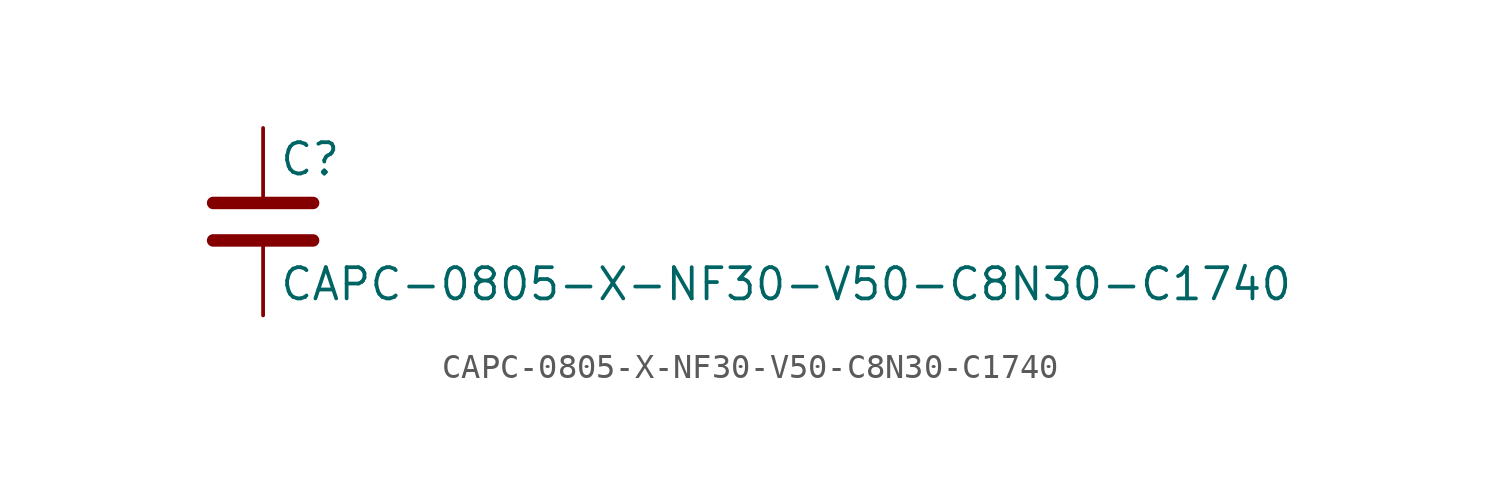
<source format=kicad_sym>
(kicad_symbol_lib
  (version 20211014)
  (generator kicad_symbol_editor)
  (symbol "CAPC-0805-X-NF30-V50-C8N30-C1740"
    (pin_numbers hide)
    (pin_names
      (offset 0.254))
    (property "Reference" "C"
      (at 0.635 2.54 0)
      (effects (font (size 1.27 1.27)) (justify left)))
    (property "Value" "CAPC-0805-X-NF30-V50-C8N30-C1740"
      (at 0.635 -2.54 0)
      (effects (font (size 1.27 1.27)) (justify left)))
    (symbol "CAPC-0805-X-NF30-V50-C8N30-C1740_0_1"
      (polyline (pts (xy -2.032 -0.762) (xy 2.032 -0.762)) (stroke (width 0.508) (type default) (color 0 0 0 0)) (fill (type none)))
      (polyline (pts (xy -2.032 0.762) (xy 2.032 0.762)) (stroke (width 0.508) (type default) (color 0 0 0 0)) (fill (type none))))
    (symbol "CAPC-0805-X-NF30-V50-C8N30-C1740_1_1"
      (pin passive line (at 0 3.81 270) (length 2.794) (name "~" (effects (font (size 1.27 1.27)))) (number "1" (effects (font (size 1.27 1.27)))))
      (pin passive line (at 0 -3.81 90) (length 2.794) (name "~" (effects (font (size 1.27 1.27)))) (number "2" (effects (font (size 1.27 1.27))))))))
</source>
